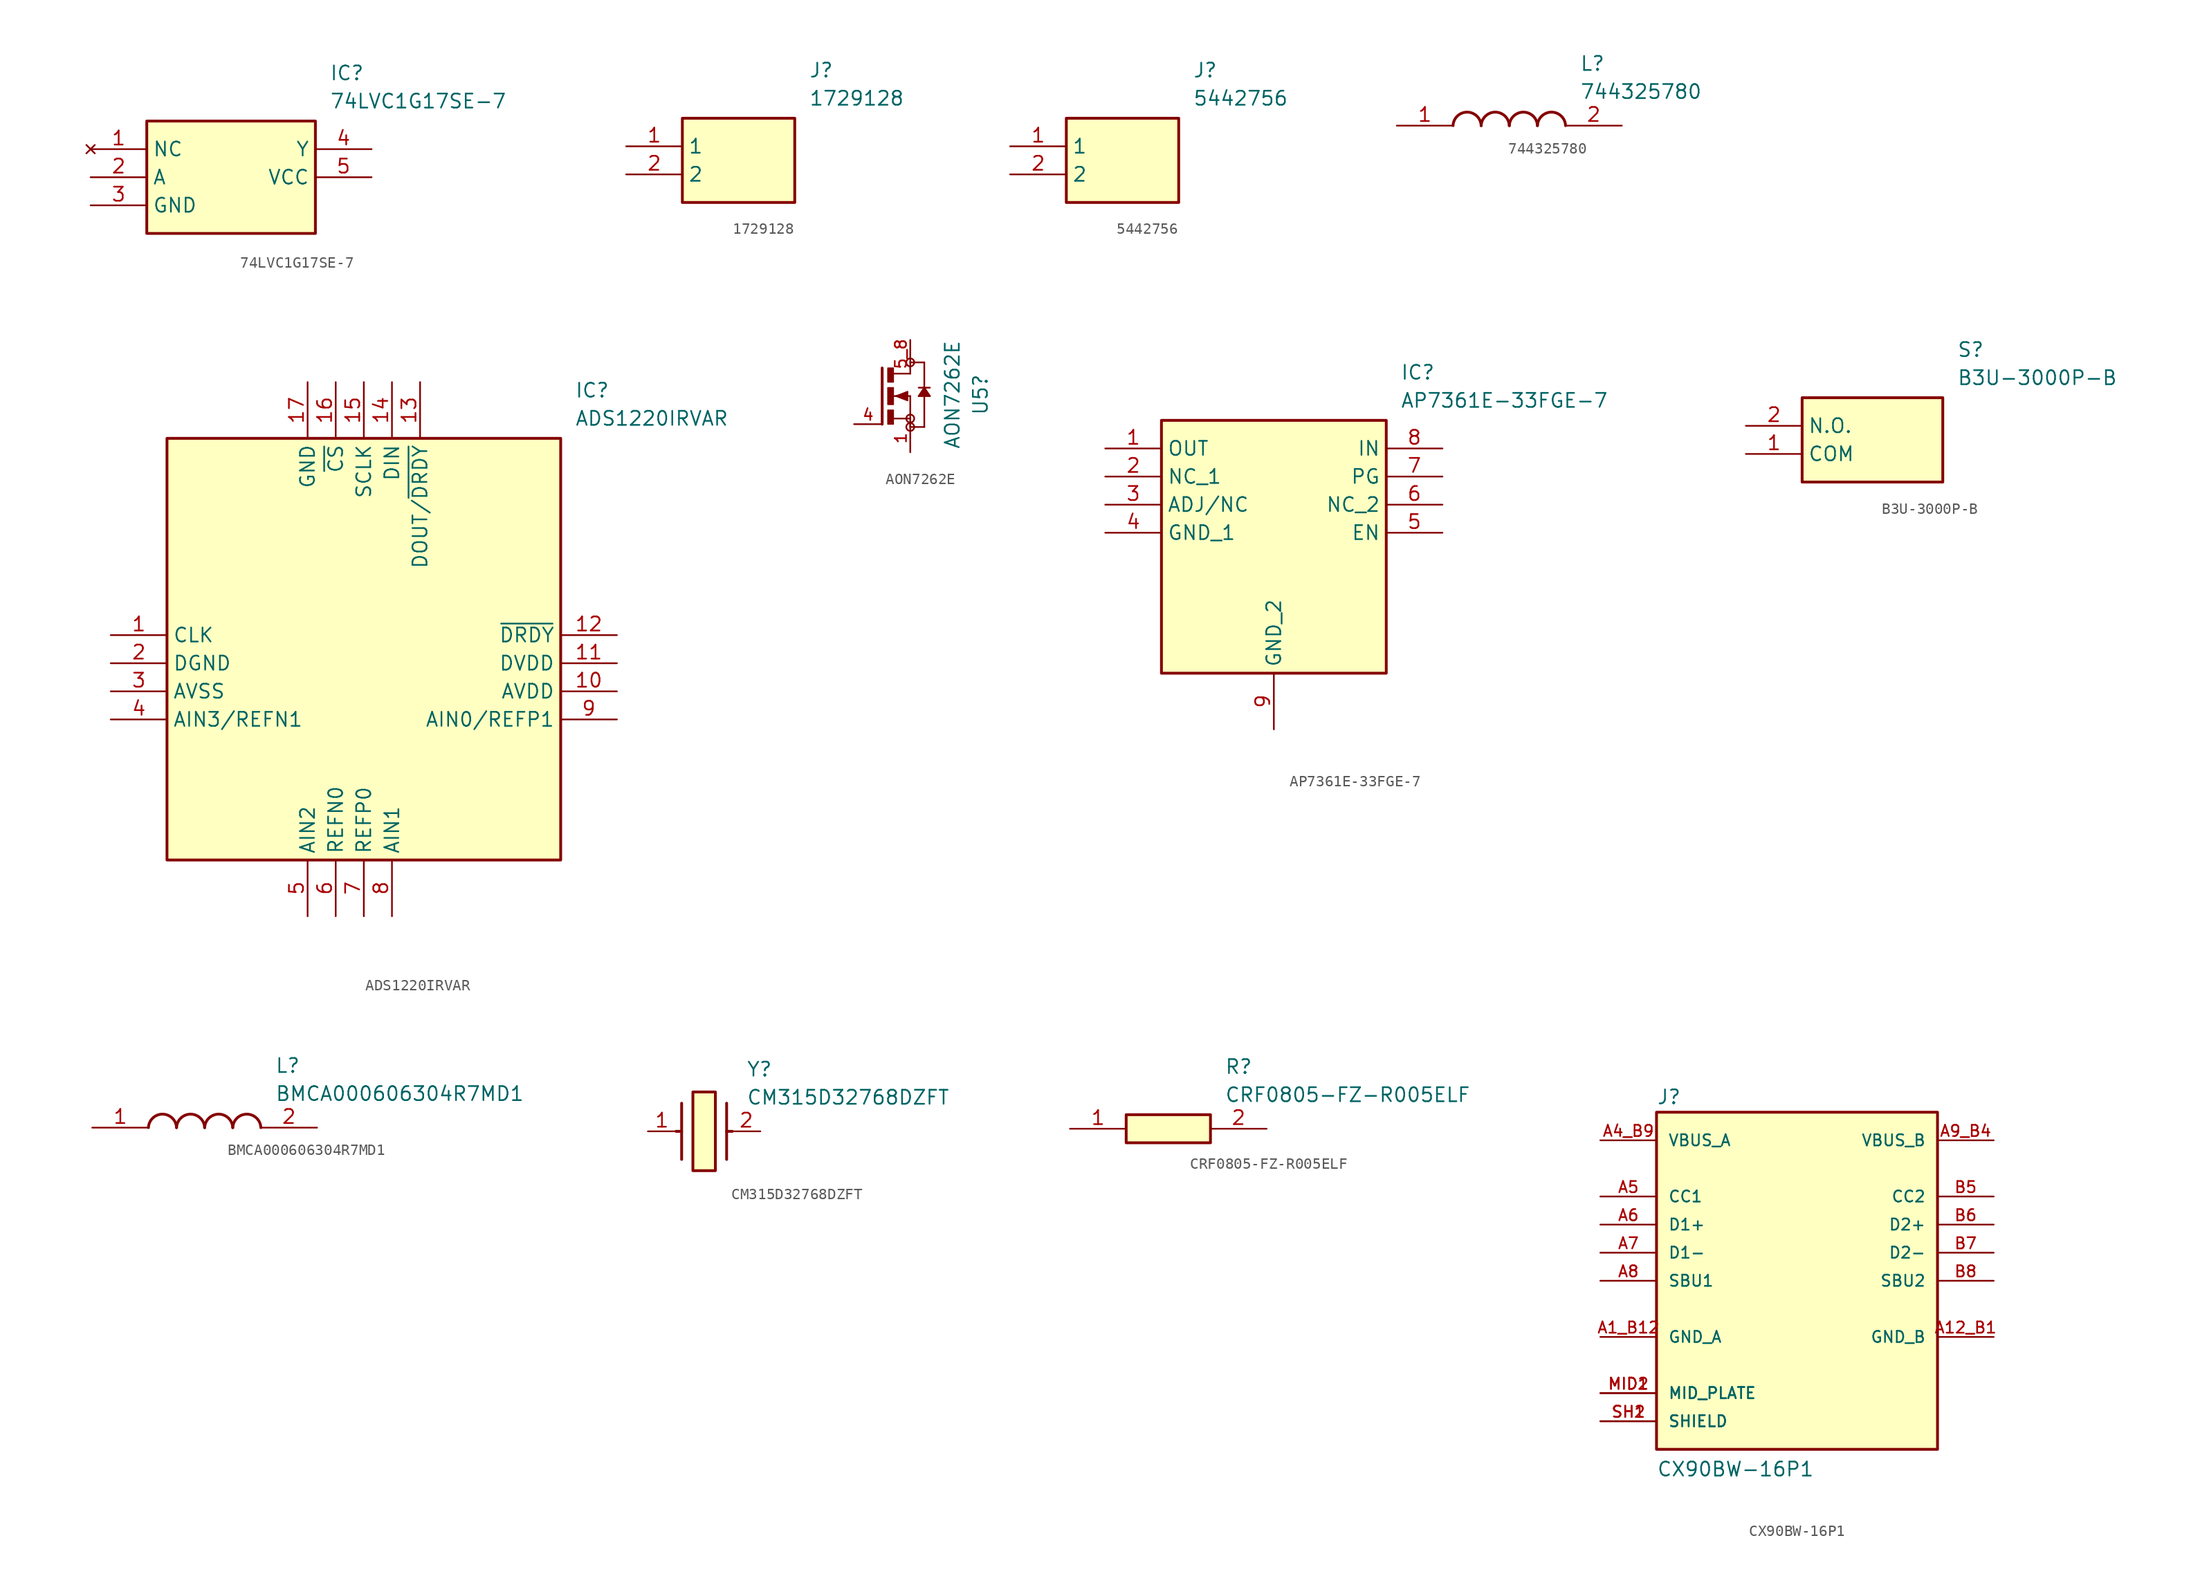
<source format=kicad_sym>
(kicad_symbol_lib
  (version 20241209)
  (generator "kicad_symbol_editor")
  (generator_version "9.0")
  (symbol "74LVC1G17SE-7"
    (property "Reference" "IC"
      (at 21.59 7.62 0)
      (effects (font (size 1.27 1.27)) (justify left top)))
    (property "Value" "74LVC1G17SE-7"
      (at 21.59 5.08 0)
      (effects (font (size 1.27 1.27)) (justify left top)))
    (symbol "74LVC1G17SE-7_1_1"
      (rectangle (start 5.08 2.54) (end 20.32 -7.62) (stroke (width 0.254) (type default)) (fill (type background)))
      (pin no_connect line (at 0 0 0) (length 5.08) (name "NC" (effects (font (size 1.27 1.27)))) (number "1" (effects (font (size 1.27 1.27)))))
      (pin passive line (at 0 -2.54 0) (length 5.08) (name "A" (effects (font (size 1.27 1.27)))) (number "2" (effects (font (size 1.27 1.27)))))
      (pin passive line (at 0 -5.08 0) (length 5.08) (name "GND" (effects (font (size 1.27 1.27)))) (number "3" (effects (font (size 1.27 1.27)))))
      (pin passive line (at 25.4 0 180) (length 5.08) (name "Y" (effects (font (size 1.27 1.27)))) (number "4" (effects (font (size 1.27 1.27)))))
      (pin passive line (at 25.4 -2.54 180) (length 5.08) (name "VCC" (effects (font (size 1.27 1.27)))) (number "5" (effects (font (size 1.27 1.27)))))))
  (symbol "1729128"
    (property "Reference" "J"
      (at 16.51 7.62 0)
      (effects (font (size 1.27 1.27)) (justify left top)))
    (property "Value" "1729128"
      (at 16.51 5.08 0)
      (effects (font (size 1.27 1.27)) (justify left top)))
    (symbol "1729128_1_1"
      (rectangle (start 5.08 2.54) (end 15.24 -5.08) (stroke (width 0.254) (type default)) (fill (type background)))
      (pin passive line (at 0 0 0) (length 5.08) (name "1" (effects (font (size 1.27 1.27)))) (number "1" (effects (font (size 1.27 1.27)))))
      (pin passive line (at 0 -2.54 0) (length 5.08) (name "2" (effects (font (size 1.27 1.27)))) (number "2" (effects (font (size 1.27 1.27)))))))
  (symbol "5442756"
    (property "Reference" "J"
      (at 16.51 7.62 0)
      (effects (font (size 1.27 1.27)) (justify left top)))
    (property "Value" "5442756"
      (at 16.51 5.08 0)
      (effects (font (size 1.27 1.27)) (justify left top)))
    (symbol "5442756_1_1"
      (rectangle (start 5.08 2.54) (end 15.24 -5.08) (stroke (width 0.254) (type default)) (fill (type background)))
      (pin passive line (at 0 0 0) (length 5.08) (name "1" (effects (font (size 1.27 1.27)))) (number "1" (effects (font (size 1.27 1.27)))))
      (pin passive line (at 0 -2.54 0) (length 5.08) (name "2" (effects (font (size 1.27 1.27)))) (number "2" (effects (font (size 1.27 1.27)))))))
  (symbol "744325780"
    (pin_names
      (hide yes))
    (property "Reference" "L"
      (at 16.51 6.35 0)
      (effects (font (size 1.27 1.27)) (justify left top)))
    (property "Value" "744325780"
      (at 16.51 3.81 0)
      (effects (font (size 1.27 1.27)) (justify left top)))
    (symbol "744325780_1_1"
      (arc (start 5.08 0) (mid 6.35 1.219) (end 7.62 0) (stroke (width 0.254) (type default)) (fill (type none)))
      (arc (start 7.62 0) (mid 8.89 1.219) (end 10.16 0) (stroke (width 0.254) (type default)) (fill (type none)))
      (arc (start 10.16 0) (mid 11.43 1.219) (end 12.7 0) (stroke (width 0.254) (type default)) (fill (type none)))
      (arc (start 12.7 0) (mid 13.97 1.219) (end 15.24 0) (stroke (width 0.254) (type default)) (fill (type none)))
      (pin passive line (at 0 0 0) (length 5.08) (name "1" (effects (font (size 1.27 1.27)))) (number "1" (effects (font (size 1.27 1.27)))))
      (pin passive line (at 20.32 0 180) (length 5.08) (name "2" (effects (font (size 1.27 1.27)))) (number "2" (effects (font (size 1.27 1.27)))))))
  (symbol "ADS1220IRVAR"
    (property "Reference" "IC"
      (at 41.91 22.86 0)
      (effects (font (size 1.27 1.27)) (justify left top)))
    (property "Value" "ADS1220IRVAR"
      (at 41.91 20.32 0)
      (effects (font (size 1.27 1.27)) (justify left top)))
    (symbol "ADS1220IRVAR_1_1"
      (rectangle (start 5.08 17.78) (end 40.64 -20.32) (stroke (width 0.254) (type default)) (fill (type background)))
      (pin passive line (at 0 0 0) (length 5.08) (name "CLK" (effects (font (size 1.27 1.27)))) (number "1" (effects (font (size 1.27 1.27)))))
      (pin passive line (at 0 -2.54 0) (length 5.08) (name "DGND" (effects (font (size 1.27 1.27)))) (number "2" (effects (font (size 1.27 1.27)))))
      (pin passive line (at 0 -5.08 0) (length 5.08) (name "AVSS" (effects (font (size 1.27 1.27)))) (number "3" (effects (font (size 1.27 1.27)))))
      (pin passive line (at 0 -7.62 0) (length 5.08) (name "AIN3/REFN1" (effects (font (size 1.27 1.27)))) (number "4" (effects (font (size 1.27 1.27)))))
      (pin passive line (at 17.78 22.86 270) (length 5.08) (name "GND" (effects (font (size 1.27 1.27)))) (number "17" (effects (font (size 1.27 1.27)))))
      (pin passive line (at 17.78 -25.4 90) (length 5.08) (name "AIN2" (effects (font (size 1.27 1.27)))) (number "5" (effects (font (size 1.27 1.27)))))
      (pin passive line (at 20.32 22.86 270) (length 5.08) (name "~{CS}" (effects (font (size 1.27 1.27)))) (number "16" (effects (font (size 1.27 1.27)))))
      (pin passive line (at 20.32 -25.4 90) (length 5.08) (name "REFN0" (effects (font (size 1.27 1.27)))) (number "6" (effects (font (size 1.27 1.27)))))
      (pin passive line (at 22.86 22.86 270) (length 5.08) (name "SCLK" (effects (font (size 1.27 1.27)))) (number "15" (effects (font (size 1.27 1.27)))))
      (pin passive line (at 22.86 -25.4 90) (length 5.08) (name "REFP0" (effects (font (size 1.27 1.27)))) (number "7" (effects (font (size 1.27 1.27)))))
      (pin passive line (at 25.4 22.86 270) (length 5.08) (name "DIN" (effects (font (size 1.27 1.27)))) (number "14" (effects (font (size 1.27 1.27)))))
      (pin passive line (at 25.4 -25.4 90) (length 5.08) (name "AIN1" (effects (font (size 1.27 1.27)))) (number "8" (effects (font (size 1.27 1.27)))))
      (pin passive line (at 27.94 22.86 270) (length 5.08) (name "DOUT/~{DRDY}" (effects (font (size 1.27 1.27)))) (number "13" (effects (font (size 1.27 1.27)))))
      (pin passive line (at 45.72 0 180) (length 5.08) (name "~{DRDY}" (effects (font (size 1.27 1.27)))) (number "12" (effects (font (size 1.27 1.27)))))
      (pin passive line (at 45.72 -2.54 180) (length 5.08) (name "DVDD" (effects (font (size 1.27 1.27)))) (number "11" (effects (font (size 1.27 1.27)))))
      (pin passive line (at 45.72 -5.08 180) (length 5.08) (name "AVDD" (effects (font (size 1.27 1.27)))) (number "10" (effects (font (size 1.27 1.27)))))
      (pin passive line (at 45.72 -7.62 180) (length 5.08) (name "AIN0/REFP1" (effects (font (size 1.27 1.27)))) (number "9" (effects (font (size 1.27 1.27)))))))
  (symbol "AON7262E"
    (property "Reference" "U5"
      (at 6.35 0.127 90)
      (effects (font (size 1.27 1.27))))
    (property "Value" "AON7262E"
      (at 3.81 0.127 90)
      (effects (font (size 1.27 1.27))))
    (symbol "AON7262E_0_0"
      (polyline (pts (xy -2.54 2.54) (xy -2.54 -2.54)) (stroke (width 0.254) (type default)) (fill (type none)))
      (rectangle (start -2.032 2.54) (end -1.524 1.27) (stroke (width 0.1) (type default)) (fill (type outline)))
      (rectangle (start -2.032 -0.762) (end -1.524 0.762) (stroke (width 0.1) (type default)) (fill (type outline)))
      (rectangle (start -2.032 -2.54) (end -1.524 -1.27) (stroke (width 0.1) (type default)) (fill (type outline)))
      (polyline (pts (xy -1.524 2.032) (xy 0 2.032)) (stroke (width 0.152) (type default)) (fill (type none)))
      (polyline (pts (xy -1.524 0) (xy -1.27 0)) (stroke (width 0.152) (type default)) (fill (type none)))
      (polyline (pts (xy -1.524 -2.032) (xy 0 -2.032)) (stroke (width 0.152) (type default)) (fill (type none)))
      (polyline (pts (xy -1.27 0) (xy -1.016 0)) (stroke (width 0.152) (type default)) (fill (type none)))
      (polyline (pts (xy -1.27 0) (xy -0.254 0.381)) (stroke (width 0.152) (type default)) (fill (type none)))
      (polyline (pts (xy -1.016 0) (xy -0.889 0)) (stroke (width 0.152) (type default)) (fill (type none)))
      (polyline (pts (xy -1.016 0) (xy -0.381 -0.254)) (stroke (width 0.254) (type default)) (fill (type none)))
      (polyline (pts (xy -0.889 0) (xy 0 0)) (stroke (width 0.152) (type default)) (fill (type none)))
      (polyline (pts (xy -0.381 0.254) (xy -0.889 0)) (stroke (width 0.254) (type default)) (fill (type none)))
      (polyline (pts (xy -0.381 -0.254) (xy -0.381 0.254)) (stroke (width 0.254) (type default)) (fill (type none)))
      (polyline (pts (xy -0.254 0.381) (xy -0.254 -0.381)) (stroke (width 0.152) (type default)) (fill (type none)))
      (polyline (pts (xy -0.254 -0.381) (xy -1.27 0)) (stroke (width 0.152) (type default)) (fill (type none)))
      (circle (center 0 3.048) (radius 0.359) (stroke (width 0) (type default)) (fill (type none)))
      (polyline (pts (xy 0 3.048) (xy 1.27 3.048)) (stroke (width 0.152) (type default)) (fill (type none)))
      (polyline (pts (xy 0 2.032) (xy 0 2.54)) (stroke (width 0.152) (type default)) (fill (type none)))
      (polyline (pts (xy 0 0) (xy 0 -2.032)) (stroke (width 0.152) (type default)) (fill (type none)))
      (polyline (pts (xy 0 -2.032) (xy 0 -2.794)) (stroke (width 0.152) (type default)) (fill (type none)))
      (circle (center 0 -2.032) (radius 0.359) (stroke (width 0) (type default)) (fill (type none)))
      (circle (center 0 -2.794) (radius 0.359) (stroke (width 0) (type default)) (fill (type none)))
      (polyline (pts (xy 0.762 0) (xy 1.27 0.762)) (stroke (width 0.152) (type default)) (fill (type none)))
      (polyline (pts (xy 1.016 0.127) (xy 1.524 0.127)) (stroke (width 0.254) (type default)) (fill (type none)))
      (polyline (pts (xy 1.27 3.048) (xy 1.27 0.762)) (stroke (width 0.152) (type default)) (fill (type none)))
      (polyline (pts (xy 1.27 0.762) (xy 1.27 0.508)) (stroke (width 0.152) (type default)) (fill (type none)))
      (polyline (pts (xy 1.27 0.762) (xy 1.778 0)) (stroke (width 0.152) (type default)) (fill (type none)))
      (polyline (pts (xy 1.27 0.508) (xy 1.016 0.127)) (stroke (width 0.254) (type default)) (fill (type none)))
      (polyline (pts (xy 1.27 0.508) (xy 1.27 -2.794)) (stroke (width 0.152) (type default)) (fill (type none)))
      (polyline (pts (xy 1.27 -2.794) (xy 0 -2.794)) (stroke (width 0.152) (type default)) (fill (type none)))
      (polyline (pts (xy 1.524 0.127) (xy 1.27 0.508)) (stroke (width 0.254) (type default)) (fill (type none)))
      (polyline (pts (xy 1.778 0.762) (xy 0.762 0.762)) (stroke (width 0.152) (type default)) (fill (type none)))
      (polyline (pts (xy 1.778 0) (xy 0.762 0)) (stroke (width 0.152) (type default)) (fill (type none))))
    (symbol "AON7262E_1_0"
      (pin passive line (at -5.08 -2.54 0) (length 2.54) (name "~" (effects (font (size 1.016 1.016)))) (number "4" (effects (font (size 1.016 1.016)))))
      (pin passive line (at 0 5.08 270) (length 2.54) (name "~" (effects (font (size 1.016 1.016)))) (number "5_8" (effects (font (size 1.016 1.016)))))
      (pin passive line (at 0 -5.08 90) (length 2.54) (name "~" (effects (font (size 1.016 1.016)))) (number "1" (effects (font (size 1.016 1.016)))))
      (pin passive line (at 0 -5.08 90) (length 2.54) (hide yes) (name "~" (effects (font (size 1.016 1.016)))) (number "2" (effects (font (size 1.016 1.016)))))
      (pin passive line (at 0 -5.08 90) (length 2.54) (hide yes) (name "~" (effects (font (size 1.016 1.016)))) (number "3" (effects (font (size 1.016 1.016)))))))
  (symbol "AP7361E-33FGE-7"
    (property "Reference" "IC"
      (at 26.67 7.62 0)
      (effects (font (size 1.27 1.27)) (justify left top)))
    (property "Value" "AP7361E-33FGE-7"
      (at 26.67 5.08 0)
      (effects (font (size 1.27 1.27)) (justify left top)))
    (symbol "AP7361E-33FGE-7_1_1"
      (rectangle (start 5.08 2.54) (end 25.4 -20.32) (stroke (width 0.254) (type default)) (fill (type background)))
      (pin passive line (at 0 0 0) (length 5.08) (name "OUT" (effects (font (size 1.27 1.27)))) (number "1" (effects (font (size 1.27 1.27)))))
      (pin passive line (at 0 -2.54 0) (length 5.08) (name "NC_1" (effects (font (size 1.27 1.27)))) (number "2" (effects (font (size 1.27 1.27)))))
      (pin passive line (at 0 -5.08 0) (length 5.08) (name "ADJ/NC" (effects (font (size 1.27 1.27)))) (number "3" (effects (font (size 1.27 1.27)))))
      (pin passive line (at 0 -7.62 0) (length 5.08) (name "GND_1" (effects (font (size 1.27 1.27)))) (number "4" (effects (font (size 1.27 1.27)))))
      (pin passive line (at 15.24 -25.4 90) (length 5.08) (name "GND_2" (effects (font (size 1.27 1.27)))) (number "9" (effects (font (size 1.27 1.27)))))
      (pin passive line (at 30.48 0 180) (length 5.08) (name "IN" (effects (font (size 1.27 1.27)))) (number "8" (effects (font (size 1.27 1.27)))))
      (pin passive line (at 30.48 -2.54 180) (length 5.08) (name "PG" (effects (font (size 1.27 1.27)))) (number "7" (effects (font (size 1.27 1.27)))))
      (pin passive line (at 30.48 -5.08 180) (length 5.08) (name "NC_2" (effects (font (size 1.27 1.27)))) (number "6" (effects (font (size 1.27 1.27)))))
      (pin passive line (at 30.48 -7.62 180) (length 5.08) (name "EN" (effects (font (size 1.27 1.27)))) (number "5" (effects (font (size 1.27 1.27)))))))
  (symbol "B3U-3000P-B"
    (property "Reference" "S"
      (at 19.05 7.62 0)
      (effects (font (size 1.27 1.27)) (justify left top)))
    (property "Value" "B3U-3000P-B"
      (at 19.05 5.08 0)
      (effects (font (size 1.27 1.27)) (justify left top)))
    (symbol "B3U-3000P-B_1_1"
      (rectangle (start 5.08 2.54) (end 17.78 -5.08) (stroke (width 0.254) (type default)) (fill (type background)))
      (pin passive line (at 0 0 0) (length 5.08) (name "N.O." (effects (font (size 1.27 1.27)))) (number "2" (effects (font (size 1.27 1.27)))))
      (pin passive line (at 0 -2.54 0) (length 5.08) (name "COM" (effects (font (size 1.27 1.27)))) (number "1" (effects (font (size 1.27 1.27)))))))
  (symbol "BMCA000606304R7MD1"
    (pin_names
      (hide yes))
    (property "Reference" "L"
      (at 16.51 6.35 0)
      (effects (font (size 1.27 1.27)) (justify left top)))
    (property "Value" "BMCA000606304R7MD1"
      (at 16.51 3.81 0)
      (effects (font (size 1.27 1.27)) (justify left top)))
    (symbol "BMCA000606304R7MD1_1_1"
      (arc (start 5.08 0) (mid 6.35 1.219) (end 7.62 0) (stroke (width 0.254) (type default)) (fill (type none)))
      (arc (start 7.62 0) (mid 8.89 1.219) (end 10.16 0) (stroke (width 0.254) (type default)) (fill (type none)))
      (arc (start 10.16 0) (mid 11.43 1.219) (end 12.7 0) (stroke (width 0.254) (type default)) (fill (type none)))
      (arc (start 12.7 0) (mid 13.97 1.219) (end 15.24 0) (stroke (width 0.254) (type default)) (fill (type none)))
      (pin passive line (at 0 0 0) (length 5.08) (name "1" (effects (font (size 1.27 1.27)))) (number "1" (effects (font (size 1.27 1.27)))))
      (pin passive line (at 20.32 0 180) (length 5.08) (name "2" (effects (font (size 1.27 1.27)))) (number "2" (effects (font (size 1.27 1.27)))))))
  (symbol "CM315D32768DZFT"
    (pin_names
      (hide yes))
    (property "Reference" "Y"
      (at 8.89 6.35 0)
      (effects (font (size 1.27 1.27)) (justify left top)))
    (property "Value" "CM315D32768DZFT"
      (at 8.89 3.81 0)
      (effects (font (size 1.27 1.27)) (justify left top)))
    (symbol "CM315D32768DZFT_1_1"
      (polyline (pts (xy 3.048 2.54) (xy 3.048 -2.54)) (stroke (width 0.254) (type default)) (fill (type none)))
      (polyline (pts (xy 3.048 0) (xy 2.54 0)) (stroke (width 0.254) (type default)) (fill (type none)))
      (rectangle (start 4.064 3.556) (end 6.096 -3.556) (stroke (width 0.254) (type default)) (fill (type background)))
      (polyline (pts (xy 7.112 2.54) (xy 7.112 -2.54)) (stroke (width 0.254) (type default)) (fill (type none)))
      (polyline (pts (xy 7.112 0) (xy 7.62 0)) (stroke (width 0.254) (type default)) (fill (type none)))
      (pin passive line (at 0 0 0) (length 2.54) (name "1" (effects (font (size 1.27 1.27)))) (number "1" (effects (font (size 1.27 1.27)))))
      (pin passive line (at 10.16 0 180) (length 2.54) (name "2" (effects (font (size 1.27 1.27)))) (number "2" (effects (font (size 1.27 1.27)))))))
  (symbol "CRF0805-FZ-R005ELF"
    (pin_names
      (hide yes))
    (property "Reference" "R"
      (at 13.97 6.35 0)
      (effects (font (size 1.27 1.27)) (justify left top)))
    (property "Value" "CRF0805-FZ-R005ELF"
      (at 13.97 3.81 0)
      (effects (font (size 1.27 1.27)) (justify left top)))
    (symbol "CRF0805-FZ-R005ELF_1_1"
      (rectangle (start 5.08 1.27) (end 12.7 -1.27) (stroke (width 0.254) (type default)) (fill (type background)))
      (pin passive line (at 0 0 0) (length 5.08) (name "1" (effects (font (size 1.27 1.27)))) (number "1" (effects (font (size 1.27 1.27)))))
      (pin passive line (at 17.78 0 180) (length 5.08) (name "2" (effects (font (size 1.27 1.27)))) (number "2" (effects (font (size 1.27 1.27)))))))
  (symbol "CX90BW-16P1"
    (pin_names
      (offset 1.016))
    (property "Reference" "J"
      (at -12.7 15.875 0)
      (effects (font (size 1.27 1.27)) (justify left bottom)))
    (property "Value" "CX90BW-16P1"
      (at -12.7 -17.78 0)
      (effects (font (size 1.27 1.27)) (justify left bottom)))
    (symbol "CX90BW-16P1_0_0"
      (rectangle (start -12.7 -15.24) (end 12.7 15.24) (stroke (width 0.254) (type default)) (fill (type background)))
      (pin power_in line (at -17.78 12.7 0) (length 5.08) (name "VBUS_A" (effects (font (size 1.016 1.016)))) (number "A4_B9" (effects (font (size 1.016 1.016)))))
      (pin bidirectional line (at -17.78 7.62 0) (length 5.08) (name "CC1" (effects (font (size 1.016 1.016)))) (number "A5" (effects (font (size 1.016 1.016)))))
      (pin bidirectional line (at -17.78 5.08 0) (length 5.08) (name "D1+" (effects (font (size 1.016 1.016)))) (number "A6" (effects (font (size 1.016 1.016)))))
      (pin bidirectional line (at -17.78 2.54 0) (length 5.08) (name "D1-" (effects (font (size 1.016 1.016)))) (number "A7" (effects (font (size 1.016 1.016)))))
      (pin bidirectional line (at -17.78 0 0) (length 5.08) (name "SBU1" (effects (font (size 1.016 1.016)))) (number "A8" (effects (font (size 1.016 1.016)))))
      (pin power_in line (at -17.78 -5.08 0) (length 5.08) (name "GND_A" (effects (font (size 1.016 1.016)))) (number "A1_B12" (effects (font (size 1.016 1.016)))))
      (pin passive line (at -17.78 -10.16 0) (length 5.08) (name "MID_PLATE" (effects (font (size 1.016 1.016)))) (number "MID1" (effects (font (size 1.016 1.016)))))
      (pin passive line (at -17.78 -10.16 0) (length 5.08) (name "MID_PLATE" (effects (font (size 1.016 1.016)))) (number "MID2" (effects (font (size 1.016 1.016)))))
      (pin passive line (at -17.78 -12.7 0) (length 5.08) (name "SHIELD" (effects (font (size 1.016 1.016)))) (number "SH1" (effects (font (size 1.016 1.016)))))
      (pin passive line (at -17.78 -12.7 0) (length 5.08) (name "SHIELD" (effects (font (size 1.016 1.016)))) (number "SH2" (effects (font (size 1.016 1.016)))))
      (pin power_in line (at 17.78 12.7 180) (length 5.08) (name "VBUS_B" (effects (font (size 1.016 1.016)))) (number "A9_B4" (effects (font (size 1.016 1.016)))))
      (pin bidirectional line (at 17.78 7.62 180) (length 5.08) (name "CC2" (effects (font (size 1.016 1.016)))) (number "B5" (effects (font (size 1.016 1.016)))))
      (pin bidirectional line (at 17.78 5.08 180) (length 5.08) (name "D2+" (effects (font (size 1.016 1.016)))) (number "B6" (effects (font (size 1.016 1.016)))))
      (pin bidirectional line (at 17.78 2.54 180) (length 5.08) (name "D2-" (effects (font (size 1.016 1.016)))) (number "B7" (effects (font (size 1.016 1.016)))))
      (pin bidirectional line (at 17.78 0 180) (length 5.08) (name "SBU2" (effects (font (size 1.016 1.016)))) (number "B8" (effects (font (size 1.016 1.016)))))
      (pin power_in line (at 17.78 -5.08 180) (length 5.08) (name "GND_B" (effects (font (size 1.016 1.016)))) (number "A12_B1" (effects (font (size 1.016 1.016))))))))
</source>
